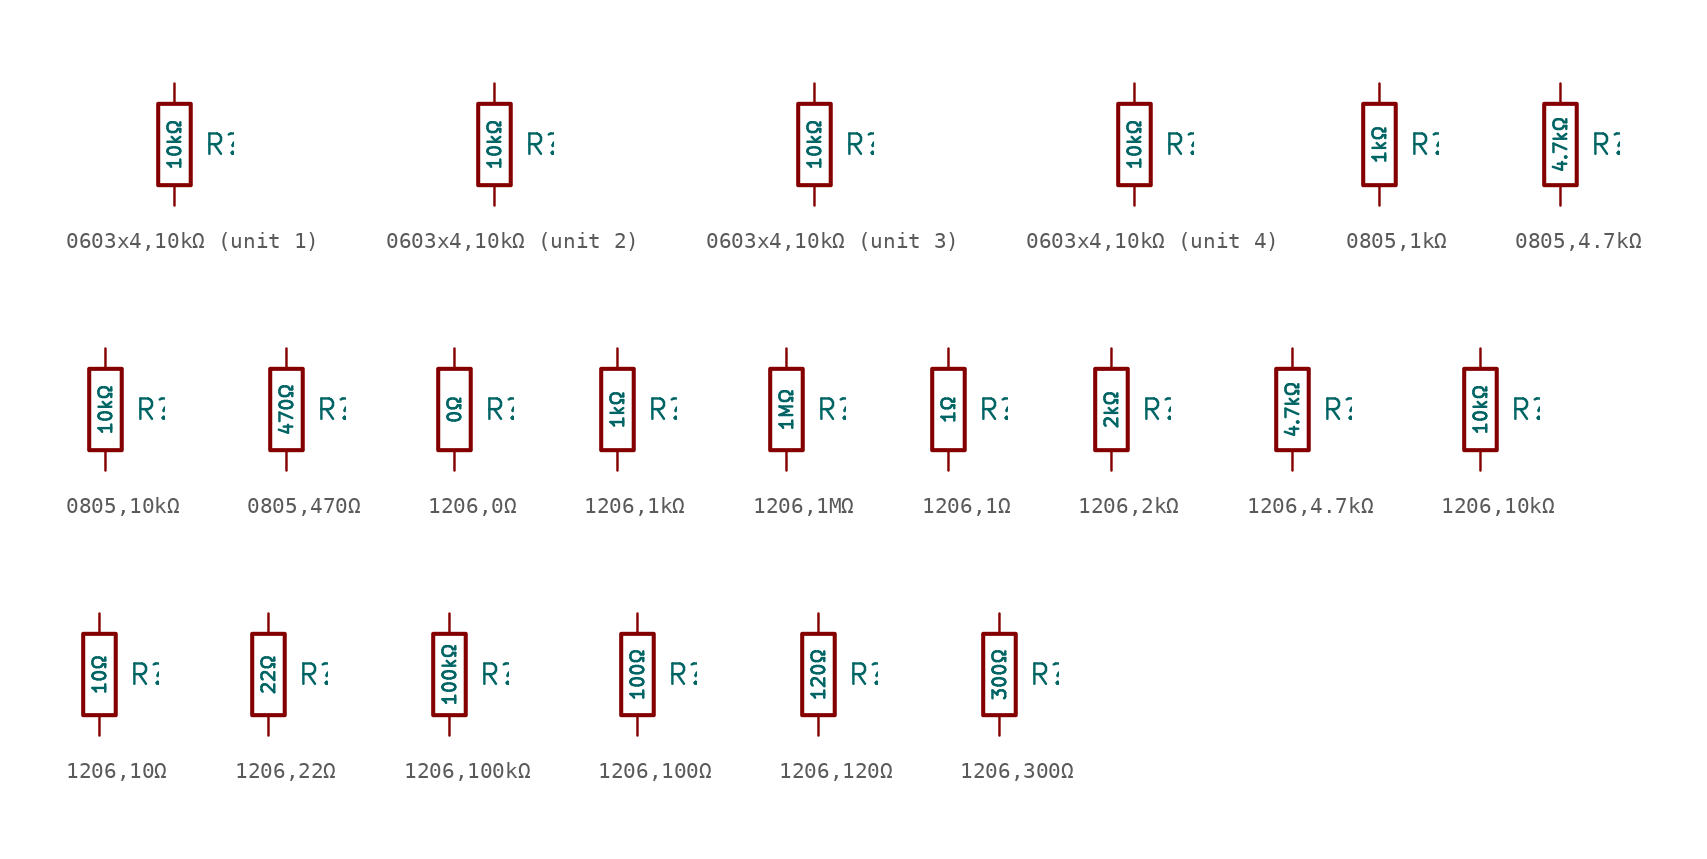
<source format=kicad_sym>
(kicad_symbol_lib
  (version 20231120)
  (generator "CDFER")
  (generator_version "8.0")
  (symbol "0603x4,10kΩ"
    (pin_numbers hide)
    (pin_names
      (offset 0))
    (property "Reference" "R"
      (at 1.778 0 0)
      (effects (font (size 1.27 1.27)) (justify left)))
    (property "Value" "10kΩ"
      (at 0 0 90)
      (do_not_autoplace)
      (effects (font (size 0.8 0.8))))
    (symbol "0603x4,10kΩ_0_1"
      (rectangle (start -1.016 2.54) (end 1.016 -2.54) (stroke (width 0.254) (type default)) (fill (type none))))
    (symbol "0603x4,10kΩ_1_1"
      (pin passive line (at 0 3.81 270) (length 1.27) (name "~" (effects (font (size 1.27 1.27)))) (number "1" (effects (font (size 1.27 1.27)))))
      (pin passive line (at 0 -3.81 90) (length 1.27) (name "~" (effects (font (size 1.27 1.27)))) (number "8" (effects (font (size 1.27 1.27))))))
    (symbol "0603x4,10kΩ_2_1"
      (pin passive line (at 0 3.81 270) (length 1.27) (name "~" (effects (font (size 1.27 1.27)))) (number "2" (effects (font (size 1.27 1.27)))))
      (pin passive line (at 0 -3.81 90) (length 1.27) (name "~" (effects (font (size 1.27 1.27)))) (number "7" (effects (font (size 1.27 1.27))))))
    (symbol "0603x4,10kΩ_3_1"
      (pin passive line (at 0 3.81 270) (length 1.27) (name "~" (effects (font (size 1.27 1.27)))) (number "3" (effects (font (size 1.27 1.27)))))
      (pin passive line (at 0 -3.81 90) (length 1.27) (name "~" (effects (font (size 1.27 1.27)))) (number "6" (effects (font (size 1.27 1.27))))))
    (symbol "0603x4,10kΩ_4_1"
      (pin passive line (at 0 3.81 270) (length 1.27) (name "~" (effects (font (size 1.27 1.27)))) (number "4" (effects (font (size 1.27 1.27)))))
      (pin passive line (at 0 -3.81 90) (length 1.27) (name "~" (effects (font (size 1.27 1.27)))) (number "5" (effects (font (size 1.27 1.27)))))))
  (symbol "0805,1kΩ"
    (pin_numbers hide)
    (pin_names
      (offset 0))
    (property "Reference" "R"
      (at 1.778 0 0)
      (effects (font (size 1.27 1.27)) (justify left)))
    (property "Value" "1kΩ"
      (at 0 0 90)
      (do_not_autoplace)
      (effects (font (size 0.8 0.8))))
    (symbol "0805,1kΩ_0_1"
      (rectangle (start -1.016 2.54) (end 1.016 -2.54) (stroke (width 0.254) (type default)) (fill (type none))))
    (symbol "0805,1kΩ_1_1"
      (pin passive line (at 0 3.81 270) (length 1.27) (name "~" (effects (font (size 1.27 1.27)))) (number "1" (effects (font (size 1.27 1.27)))))
      (pin passive line (at 0 -3.81 90) (length 1.27) (name "~" (effects (font (size 1.27 1.27)))) (number "2" (effects (font (size 1.27 1.27)))))))
  (symbol "0805,4.7kΩ"
    (pin_numbers hide)
    (pin_names
      (offset 0))
    (property "Reference" "R"
      (at 1.778 0 0)
      (effects (font (size 1.27 1.27)) (justify left)))
    (property "Value" "4.7kΩ"
      (at 0 0 90)
      (do_not_autoplace)
      (effects (font (size 0.8 0.8))))
    (symbol "0805,4.7kΩ_0_1"
      (rectangle (start -1.016 2.54) (end 1.016 -2.54) (stroke (width 0.254) (type default)) (fill (type none))))
    (symbol "0805,4.7kΩ_1_1"
      (pin passive line (at 0 3.81 270) (length 1.27) (name "~" (effects (font (size 1.27 1.27)))) (number "1" (effects (font (size 1.27 1.27)))))
      (pin passive line (at 0 -3.81 90) (length 1.27) (name "~" (effects (font (size 1.27 1.27)))) (number "2" (effects (font (size 1.27 1.27)))))))
  (symbol "0805,10kΩ"
    (pin_numbers hide)
    (pin_names
      (offset 0))
    (property "Reference" "R"
      (at 1.778 0 0)
      (effects (font (size 1.27 1.27)) (justify left)))
    (property "Value" "10kΩ"
      (at 0 0 90)
      (do_not_autoplace)
      (effects (font (size 0.8 0.8))))
    (symbol "0805,10kΩ_0_1"
      (rectangle (start -1.016 2.54) (end 1.016 -2.54) (stroke (width 0.254) (type default)) (fill (type none))))
    (symbol "0805,10kΩ_1_1"
      (pin passive line (at 0 3.81 270) (length 1.27) (name "~" (effects (font (size 1.27 1.27)))) (number "1" (effects (font (size 1.27 1.27)))))
      (pin passive line (at 0 -3.81 90) (length 1.27) (name "~" (effects (font (size 1.27 1.27)))) (number "2" (effects (font (size 1.27 1.27)))))))
  (symbol "0805,470Ω"
    (pin_numbers hide)
    (pin_names
      (offset 0))
    (property "Reference" "R"
      (at 1.778 0 0)
      (effects (font (size 1.27 1.27)) (justify left)))
    (property "Value" "470Ω"
      (at 0 0 90)
      (do_not_autoplace)
      (effects (font (size 0.8 0.8))))
    (symbol "0805,470Ω_0_1"
      (rectangle (start -1.016 2.54) (end 1.016 -2.54) (stroke (width 0.254) (type default)) (fill (type none))))
    (symbol "0805,470Ω_1_1"
      (pin passive line (at 0 3.81 270) (length 1.27) (name "~" (effects (font (size 1.27 1.27)))) (number "1" (effects (font (size 1.27 1.27)))))
      (pin passive line (at 0 -3.81 90) (length 1.27) (name "~" (effects (font (size 1.27 1.27)))) (number "2" (effects (font (size 1.27 1.27)))))))
  (symbol "1206,0Ω"
    (pin_numbers hide)
    (pin_names
      (offset 0))
    (property "Reference" "R"
      (at 1.778 0 0)
      (effects (font (size 1.27 1.27)) (justify left)))
    (property "Value" "0Ω"
      (at 0 0 90)
      (do_not_autoplace)
      (effects (font (size 0.8 0.8))))
    (symbol "1206,0Ω_0_1"
      (rectangle (start -1.016 2.54) (end 1.016 -2.54) (stroke (width 0.254) (type default)) (fill (type none))))
    (symbol "1206,0Ω_1_1"
      (pin passive line (at 0 3.81 270) (length 1.27) (name "~" (effects (font (size 1.27 1.27)))) (number "1" (effects (font (size 1.27 1.27)))))
      (pin passive line (at 0 -3.81 90) (length 1.27) (name "~" (effects (font (size 1.27 1.27)))) (number "2" (effects (font (size 1.27 1.27)))))))
  (symbol "1206,1kΩ"
    (pin_numbers hide)
    (pin_names
      (offset 0))
    (property "Reference" "R"
      (at 1.778 0 0)
      (effects (font (size 1.27 1.27)) (justify left)))
    (property "Value" "1kΩ"
      (at 0 0 90)
      (do_not_autoplace)
      (effects (font (size 0.8 0.8))))
    (symbol "1206,1kΩ_0_1"
      (rectangle (start -1.016 2.54) (end 1.016 -2.54) (stroke (width 0.254) (type default)) (fill (type none))))
    (symbol "1206,1kΩ_1_1"
      (pin passive line (at 0 3.81 270) (length 1.27) (name "~" (effects (font (size 1.27 1.27)))) (number "1" (effects (font (size 1.27 1.27)))))
      (pin passive line (at 0 -3.81 90) (length 1.27) (name "~" (effects (font (size 1.27 1.27)))) (number "2" (effects (font (size 1.27 1.27)))))))
  (symbol "1206,1MΩ"
    (pin_numbers hide)
    (pin_names
      (offset 0))
    (property "Reference" "R"
      (at 1.778 0 0)
      (effects (font (size 1.27 1.27)) (justify left)))
    (property "Value" "1MΩ"
      (at 0 0 90)
      (do_not_autoplace)
      (effects (font (size 0.8 0.8))))
    (symbol "1206,1MΩ_0_1"
      (rectangle (start -1.016 2.54) (end 1.016 -2.54) (stroke (width 0.254) (type default)) (fill (type none))))
    (symbol "1206,1MΩ_1_1"
      (pin passive line (at 0 3.81 270) (length 1.27) (name "~" (effects (font (size 1.27 1.27)))) (number "1" (effects (font (size 1.27 1.27)))))
      (pin passive line (at 0 -3.81 90) (length 1.27) (name "~" (effects (font (size 1.27 1.27)))) (number "2" (effects (font (size 1.27 1.27)))))))
  (symbol "1206,1Ω"
    (pin_numbers hide)
    (pin_names
      (offset 0))
    (property "Reference" "R"
      (at 1.778 0 0)
      (effects (font (size 1.27 1.27)) (justify left)))
    (property "Value" "1Ω"
      (at 0 0 90)
      (do_not_autoplace)
      (effects (font (size 0.8 0.8))))
    (symbol "1206,1Ω_0_1"
      (rectangle (start -1.016 2.54) (end 1.016 -2.54) (stroke (width 0.254) (type default)) (fill (type none))))
    (symbol "1206,1Ω_1_1"
      (pin passive line (at 0 3.81 270) (length 1.27) (name "~" (effects (font (size 1.27 1.27)))) (number "1" (effects (font (size 1.27 1.27)))))
      (pin passive line (at 0 -3.81 90) (length 1.27) (name "~" (effects (font (size 1.27 1.27)))) (number "2" (effects (font (size 1.27 1.27)))))))
  (symbol "1206,2kΩ"
    (pin_numbers hide)
    (pin_names
      (offset 0))
    (property "Reference" "R"
      (at 1.778 0 0)
      (effects (font (size 1.27 1.27)) (justify left)))
    (property "Value" "2kΩ"
      (at 0 0 90)
      (do_not_autoplace)
      (effects (font (size 0.8 0.8))))
    (symbol "1206,2kΩ_0_1"
      (rectangle (start -1.016 2.54) (end 1.016 -2.54) (stroke (width 0.254) (type default)) (fill (type none))))
    (symbol "1206,2kΩ_1_1"
      (pin passive line (at 0 3.81 270) (length 1.27) (name "~" (effects (font (size 1.27 1.27)))) (number "1" (effects (font (size 1.27 1.27)))))
      (pin passive line (at 0 -3.81 90) (length 1.27) (name "~" (effects (font (size 1.27 1.27)))) (number "2" (effects (font (size 1.27 1.27)))))))
  (symbol "1206,4.7kΩ"
    (pin_numbers hide)
    (pin_names
      (offset 0))
    (property "Reference" "R"
      (at 1.778 0 0)
      (effects (font (size 1.27 1.27)) (justify left)))
    (property "Value" "4.7kΩ"
      (at 0 0 90)
      (do_not_autoplace)
      (effects (font (size 0.8 0.8))))
    (symbol "1206,4.7kΩ_0_1"
      (rectangle (start -1.016 2.54) (end 1.016 -2.54) (stroke (width 0.254) (type default)) (fill (type none))))
    (symbol "1206,4.7kΩ_1_1"
      (pin passive line (at 0 3.81 270) (length 1.27) (name "~" (effects (font (size 1.27 1.27)))) (number "1" (effects (font (size 1.27 1.27)))))
      (pin passive line (at 0 -3.81 90) (length 1.27) (name "~" (effects (font (size 1.27 1.27)))) (number "2" (effects (font (size 1.27 1.27)))))))
  (symbol "1206,10kΩ"
    (pin_numbers hide)
    (pin_names
      (offset 0))
    (property "Reference" "R"
      (at 1.778 0 0)
      (effects (font (size 1.27 1.27)) (justify left)))
    (property "Value" "10kΩ"
      (at 0 0 90)
      (do_not_autoplace)
      (effects (font (size 0.8 0.8))))
    (symbol "1206,10kΩ_0_1"
      (rectangle (start -1.016 2.54) (end 1.016 -2.54) (stroke (width 0.254) (type default)) (fill (type none))))
    (symbol "1206,10kΩ_1_1"
      (pin passive line (at 0 3.81 270) (length 1.27) (name "~" (effects (font (size 1.27 1.27)))) (number "1" (effects (font (size 1.27 1.27)))))
      (pin passive line (at 0 -3.81 90) (length 1.27) (name "~" (effects (font (size 1.27 1.27)))) (number "2" (effects (font (size 1.27 1.27)))))))
  (symbol "1206,10Ω"
    (pin_numbers hide)
    (pin_names
      (offset 0))
    (property "Reference" "R"
      (at 1.778 0 0)
      (effects (font (size 1.27 1.27)) (justify left)))
    (property "Value" "10Ω"
      (at 0 0 90)
      (do_not_autoplace)
      (effects (font (size 0.8 0.8))))
    (symbol "1206,10Ω_0_1"
      (rectangle (start -1.016 2.54) (end 1.016 -2.54) (stroke (width 0.254) (type default)) (fill (type none))))
    (symbol "1206,10Ω_1_1"
      (pin passive line (at 0 3.81 270) (length 1.27) (name "~" (effects (font (size 1.27 1.27)))) (number "1" (effects (font (size 1.27 1.27)))))
      (pin passive line (at 0 -3.81 90) (length 1.27) (name "~" (effects (font (size 1.27 1.27)))) (number "2" (effects (font (size 1.27 1.27)))))))
  (symbol "1206,22Ω"
    (pin_numbers hide)
    (pin_names
      (offset 0))
    (property "Reference" "R"
      (at 1.778 0 0)
      (effects (font (size 1.27 1.27)) (justify left)))
    (property "Value" "22Ω"
      (at 0 0 90)
      (do_not_autoplace)
      (effects (font (size 0.8 0.8))))
    (symbol "1206,22Ω_0_1"
      (rectangle (start -1.016 2.54) (end 1.016 -2.54) (stroke (width 0.254) (type default)) (fill (type none))))
    (symbol "1206,22Ω_1_1"
      (pin passive line (at 0 3.81 270) (length 1.27) (name "~" (effects (font (size 1.27 1.27)))) (number "1" (effects (font (size 1.27 1.27)))))
      (pin passive line (at 0 -3.81 90) (length 1.27) (name "~" (effects (font (size 1.27 1.27)))) (number "2" (effects (font (size 1.27 1.27)))))))
  (symbol "1206,100kΩ"
    (pin_numbers hide)
    (pin_names
      (offset 0))
    (property "Reference" "R"
      (at 1.778 0 0)
      (effects (font (size 1.27 1.27)) (justify left)))
    (property "Value" "100kΩ"
      (at 0 0 90)
      (do_not_autoplace)
      (effects (font (size 0.8 0.8))))
    (symbol "1206,100kΩ_0_1"
      (rectangle (start -1.016 2.54) (end 1.016 -2.54) (stroke (width 0.254) (type default)) (fill (type none))))
    (symbol "1206,100kΩ_1_1"
      (pin passive line (at 0 3.81 270) (length 1.27) (name "~" (effects (font (size 1.27 1.27)))) (number "1" (effects (font (size 1.27 1.27)))))
      (pin passive line (at 0 -3.81 90) (length 1.27) (name "~" (effects (font (size 1.27 1.27)))) (number "2" (effects (font (size 1.27 1.27)))))))
  (symbol "1206,100Ω"
    (pin_numbers hide)
    (pin_names
      (offset 0))
    (property "Reference" "R"
      (at 1.778 0 0)
      (effects (font (size 1.27 1.27)) (justify left)))
    (property "Value" "100Ω"
      (at 0 0 90)
      (do_not_autoplace)
      (effects (font (size 0.8 0.8))))
    (symbol "1206,100Ω_0_1"
      (rectangle (start -1.016 2.54) (end 1.016 -2.54) (stroke (width 0.254) (type default)) (fill (type none))))
    (symbol "1206,100Ω_1_1"
      (pin passive line (at 0 3.81 270) (length 1.27) (name "~" (effects (font (size 1.27 1.27)))) (number "1" (effects (font (size 1.27 1.27)))))
      (pin passive line (at 0 -3.81 90) (length 1.27) (name "~" (effects (font (size 1.27 1.27)))) (number "2" (effects (font (size 1.27 1.27)))))))
  (symbol "1206,120Ω"
    (pin_numbers hide)
    (pin_names
      (offset 0))
    (property "Reference" "R"
      (at 1.778 0 0)
      (effects (font (size 1.27 1.27)) (justify left)))
    (property "Value" "120Ω"
      (at 0 0 90)
      (do_not_autoplace)
      (effects (font (size 0.8 0.8))))
    (symbol "1206,120Ω_0_1"
      (rectangle (start -1.016 2.54) (end 1.016 -2.54) (stroke (width 0.254) (type default)) (fill (type none))))
    (symbol "1206,120Ω_1_1"
      (pin passive line (at 0 3.81 270) (length 1.27) (name "~" (effects (font (size 1.27 1.27)))) (number "1" (effects (font (size 1.27 1.27)))))
      (pin passive line (at 0 -3.81 90) (length 1.27) (name "~" (effects (font (size 1.27 1.27)))) (number "2" (effects (font (size 1.27 1.27)))))))
  (symbol "1206,300Ω"
    (pin_numbers hide)
    (pin_names
      (offset 0))
    (property "Reference" "R"
      (at 1.778 0 0)
      (effects (font (size 1.27 1.27)) (justify left)))
    (property "Value" "300Ω"
      (at 0 0 90)
      (do_not_autoplace)
      (effects (font (size 0.8 0.8))))
    (symbol "1206,300Ω_0_1"
      (rectangle (start -1.016 2.54) (end 1.016 -2.54) (stroke (width 0.254) (type default)) (fill (type none))))
    (symbol "1206,300Ω_1_1"
      (pin passive line (at 0 3.81 270) (length 1.27) (name "~" (effects (font (size 1.27 1.27)))) (number "1" (effects (font (size 1.27 1.27)))))
      (pin passive line (at 0 -3.81 90) (length 1.27) (name "~" (effects (font (size 1.27 1.27)))) (number "2" (effects (font (size 1.27 1.27))))))))
</source>
